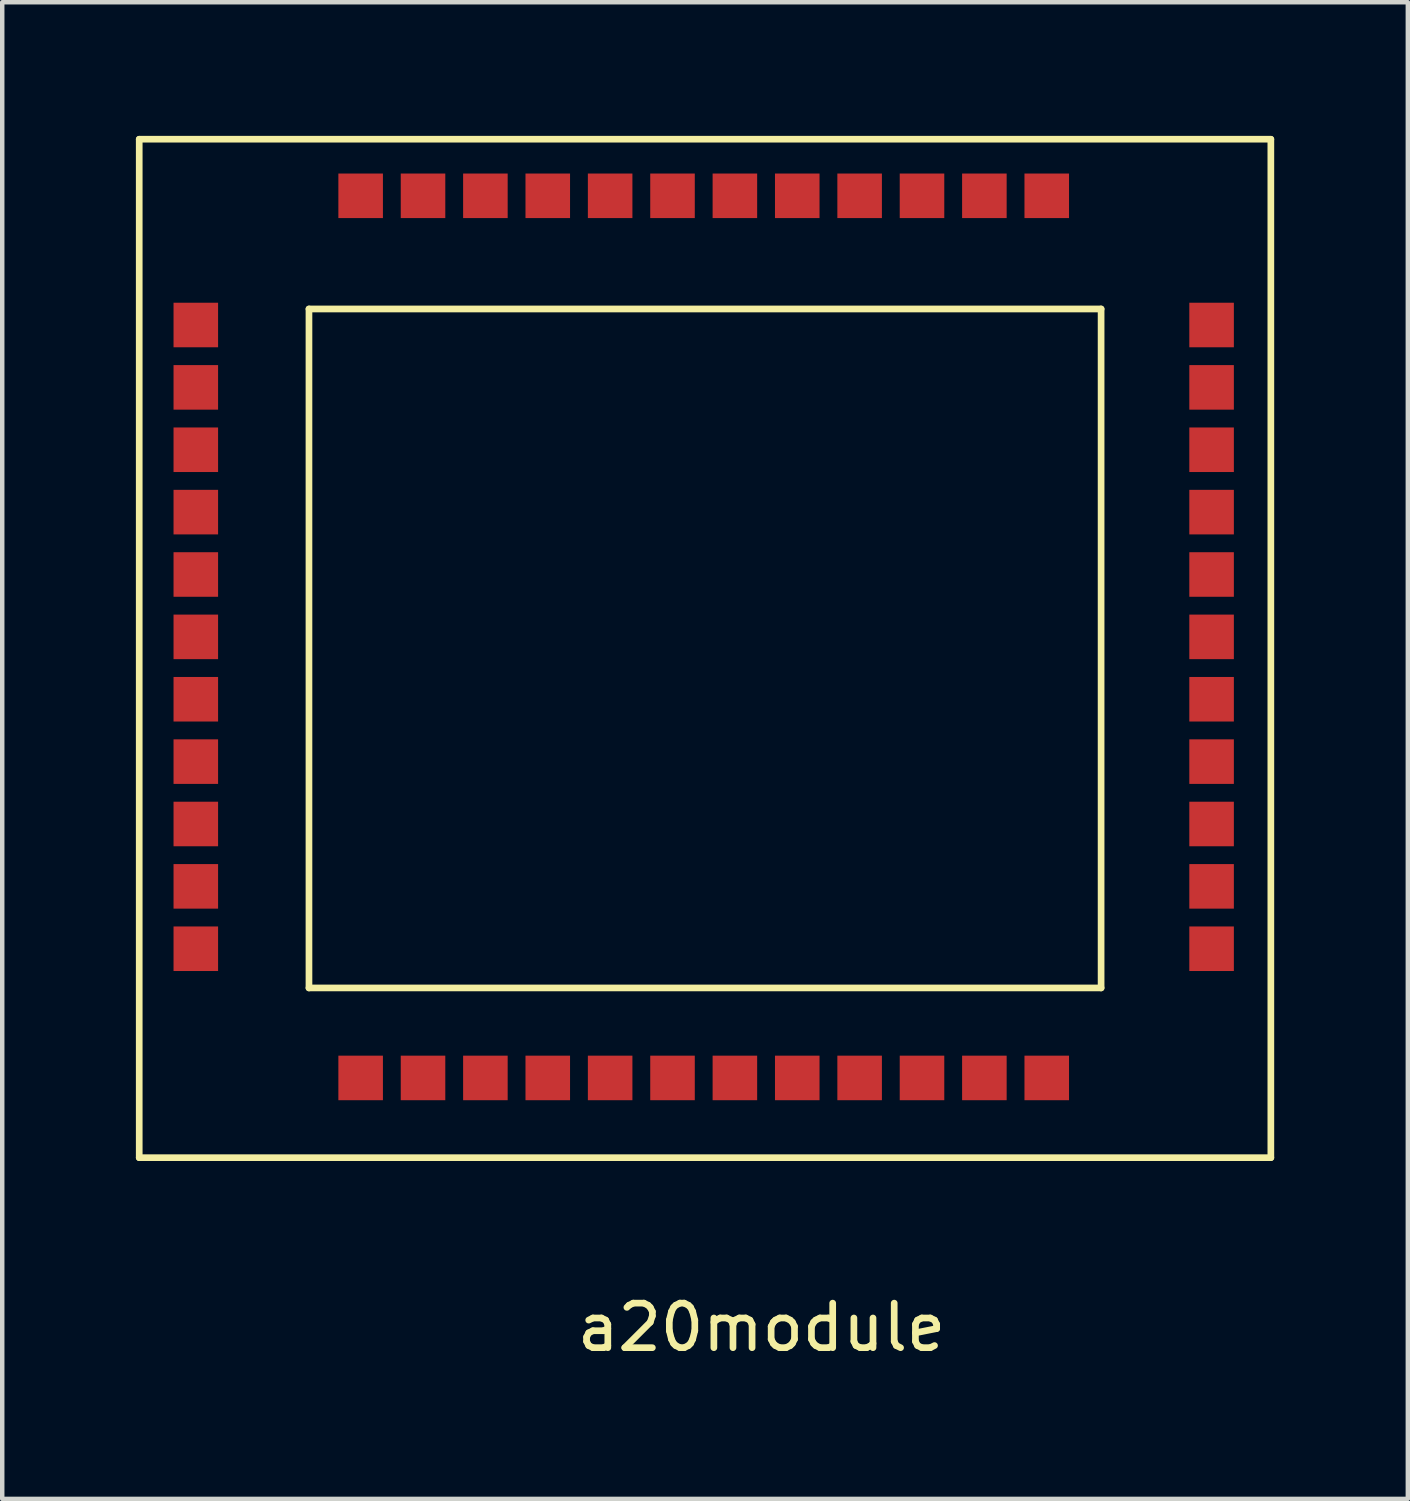
<source format=kicad_pcb>
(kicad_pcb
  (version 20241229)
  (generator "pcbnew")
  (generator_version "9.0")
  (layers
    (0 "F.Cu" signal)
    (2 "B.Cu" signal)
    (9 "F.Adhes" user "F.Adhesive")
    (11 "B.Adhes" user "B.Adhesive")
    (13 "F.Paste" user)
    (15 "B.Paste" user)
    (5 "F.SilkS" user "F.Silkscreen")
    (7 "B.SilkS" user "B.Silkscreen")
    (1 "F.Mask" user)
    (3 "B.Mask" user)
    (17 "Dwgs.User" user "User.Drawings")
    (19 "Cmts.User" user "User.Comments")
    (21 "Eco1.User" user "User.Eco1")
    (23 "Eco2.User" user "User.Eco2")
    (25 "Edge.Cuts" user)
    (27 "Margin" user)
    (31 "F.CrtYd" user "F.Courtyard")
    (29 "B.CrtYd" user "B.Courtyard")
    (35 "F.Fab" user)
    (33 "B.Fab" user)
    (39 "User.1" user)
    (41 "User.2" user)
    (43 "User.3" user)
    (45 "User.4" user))
  (footprint "a20module"
    (layer "F.Cu")
    (at 1.345 1.345)
    (property "Reference" "a20module" (at 12.7 25.4 0) (layer "F.SilkS") (effects (font (size 1 1) (thickness 0.15))))
    (attr through_hole)
    (fp_line (start -1.27 -1.27) (end 24.13 -1.27) (stroke (width 0.15) (type solid)) (layer "F.SilkS"))
    (fp_line (start -1.27 21.59) (end -1.27 -1.27) (stroke (width 0.15) (type solid)) (layer "F.SilkS"))
    (fp_line (start 2.54 2.54) (end 2.54 17.78) (stroke (width 0.15) (type solid)) (layer "F.SilkS"))
    (fp_line (start 2.54 17.78) (end 20.32 17.78) (stroke (width 0.15) (type solid)) (layer "F.SilkS"))
    (fp_line (start 20.32 2.54) (end 2.54 2.54) (stroke (width 0.15) (type solid)) (layer "F.SilkS"))
    (fp_line (start 20.32 17.78) (end 20.32 2.54) (stroke (width 0.15) (type solid)) (layer "F.SilkS"))
    (fp_line (start 24.13 -1.27) (end 24.13 21.59) (stroke (width 0.15) (type solid)) (layer "F.SilkS"))
    (fp_line (start 24.13 21.59) (end -1.27 21.59) (stroke (width 0.15) (type solid)) (layer "F.SilkS"))
    (pad "1" smd rect (at 19.1 0) (size 1 1) (layers "F.Cu" "F.Mask" "F.Paste"))
    (pad "2" smd rect (at 17.7 0) (size 1 1) (layers "F.Cu" "F.Mask" "F.Paste"))
    (pad "3" smd rect (at 16.3 0) (size 1 1) (layers "F.Cu" "F.Mask" "F.Paste"))
    (pad "4" smd rect (at 14.9 0) (size 1 1) (layers "F.Cu" "F.Mask" "F.Paste"))
    (pad "5" smd rect (at 13.5 0) (size 1 1) (layers "F.Cu" "F.Mask" "F.Paste"))
    (pad "6" smd rect (at 12.1 0) (size 1 1) (layers "F.Cu" "F.Mask" "F.Paste"))
    (pad "7" smd rect (at 10.7 0) (size 1 1) (layers "F.Cu" "F.Mask" "F.Paste"))
    (pad "8" smd rect (at 9.3 0) (size 1 1) (layers "F.Cu" "F.Mask" "F.Paste"))
    (pad "9" smd rect (at 7.9 0) (size 1 1) (layers "F.Cu" "F.Mask" "F.Paste"))
    (pad "10" smd rect (at 6.5 0) (size 1 1) (layers "F.Cu" "F.Mask" "F.Paste"))
    (pad "11" smd rect (at 5.1 0) (size 1 1) (layers "F.Cu" "F.Mask" "F.Paste"))
    (pad "12" smd rect (at 3.7 0) (size 1 1) (layers "F.Cu" "F.Mask" "F.Paste"))
    (pad "13" smd rect (at 0 2.9) (size 1 1) (layers "F.Cu" "F.Mask" "F.Paste"))
    (pad "14" smd rect (at 0 4.3) (size 1 1) (layers "F.Cu" "F.Mask" "F.Paste"))
    (pad "15" smd rect (at 0 5.7) (size 1 1) (layers "F.Cu" "F.Mask" "F.Paste"))
    (pad "16" smd rect (at 0 7.1) (size 1 1) (layers "F.Cu" "F.Mask" "F.Paste"))
    (pad "17" smd rect (at 0 8.5) (size 1 1) (layers "F.Cu" "F.Mask" "F.Paste"))
    (pad "18" smd rect (at 0 9.9) (size 1 1) (layers "F.Cu" "F.Mask" "F.Paste"))
    (pad "19" smd rect (at 0 11.3) (size 1 1) (layers "F.Cu" "F.Mask" "F.Paste"))
    (pad "20" smd rect (at 0 12.7) (size 1 1) (layers "F.Cu" "F.Mask" "F.Paste"))
    (pad "21" smd rect (at 0 14.1) (size 1 1) (layers "F.Cu" "F.Mask" "F.Paste"))
    (pad "22" smd rect (at 0 15.5) (size 1 1) (layers "F.Cu" "F.Mask" "F.Paste"))
    (pad "23" smd rect (at 0 16.9) (size 1 1) (layers "F.Cu" "F.Mask" "F.Paste"))
    (pad "24" smd rect (at 3.7 19.8) (size 1 1) (layers "F.Cu" "F.Mask" "F.Paste"))
    (pad "25" smd rect (at 5.1 19.8) (size 1 1) (layers "F.Cu" "F.Mask" "F.Paste"))
    (pad "26" smd rect (at 6.5 19.8) (size 1 1) (layers "F.Cu" "F.Mask" "F.Paste"))
    (pad "27" smd rect (at 7.9 19.8) (size 1 1) (layers "F.Cu" "F.Mask" "F.Paste"))
    (pad "28" smd rect (at 9.3 19.8) (size 1 1) (layers "F.Cu" "F.Mask" "F.Paste"))
    (pad "29" smd rect (at 10.7 19.8) (size 1 1) (layers "F.Cu" "F.Mask" "F.Paste"))
    (pad "30" smd rect (at 12.1 19.8) (size 1 1) (layers "F.Cu" "F.Mask" "F.Paste"))
    (pad "31" smd rect (at 13.5 19.8) (size 1 1) (layers "F.Cu" "F.Mask" "F.Paste"))
    (pad "32" smd rect (at 14.9 19.8) (size 1 1) (layers "F.Cu" "F.Mask" "F.Paste"))
    (pad "33" smd rect (at 16.3 19.8) (size 1 1) (layers "F.Cu" "F.Mask" "F.Paste"))
    (pad "34" smd rect (at 17.7 19.8) (size 1 1) (layers "F.Cu" "F.Mask" "F.Paste"))
    (pad "35" smd rect (at 19.1 19.8) (size 1 1) (layers "F.Cu" "F.Mask" "F.Paste"))
    (pad "36" smd rect (at 22.8 16.9) (size 1 1) (layers "F.Cu" "F.Mask" "F.Paste"))
    (pad "37" smd rect (at 22.8 15.5) (size 1 1) (layers "F.Cu" "F.Mask" "F.Paste"))
    (pad "38" smd rect (at 22.8 14.1) (size 1 1) (layers "F.Cu" "F.Mask" "F.Paste"))
    (pad "39" smd rect (at 22.8 12.7) (size 1 1) (layers "F.Cu" "F.Mask" "F.Paste"))
    (pad "40" smd rect (at 22.8 11.3) (size 1 1) (layers "F.Cu" "F.Mask" "F.Paste"))
    (pad "41" smd rect (at 22.8 9.9) (size 1 1) (layers "F.Cu" "F.Mask" "F.Paste"))
    (pad "42" smd rect (at 22.8 8.5) (size 1 1) (layers "F.Cu" "F.Mask" "F.Paste"))
    (pad "43" smd rect (at 22.8 7.1) (size 1 1) (layers "F.Cu" "F.Mask" "F.Paste"))
    (pad "44" smd rect (at 22.8 5.7) (size 1 1) (layers "F.Cu" "F.Mask" "F.Paste"))
    (pad "45" smd rect (at 22.8 4.3) (size 1 1) (layers "F.Cu" "F.Mask" "F.Paste"))
    (pad "46" smd rect (at 22.8 2.9) (size 1 1) (layers "F.Cu" "F.Mask" "F.Paste")))
  (gr_rect
    (start -3 -3)
    (end 28.55 30.593)
    (stroke (width 0.1) (type default))
    (fill no)
    (layer "Edge.Cuts")))
</source>
